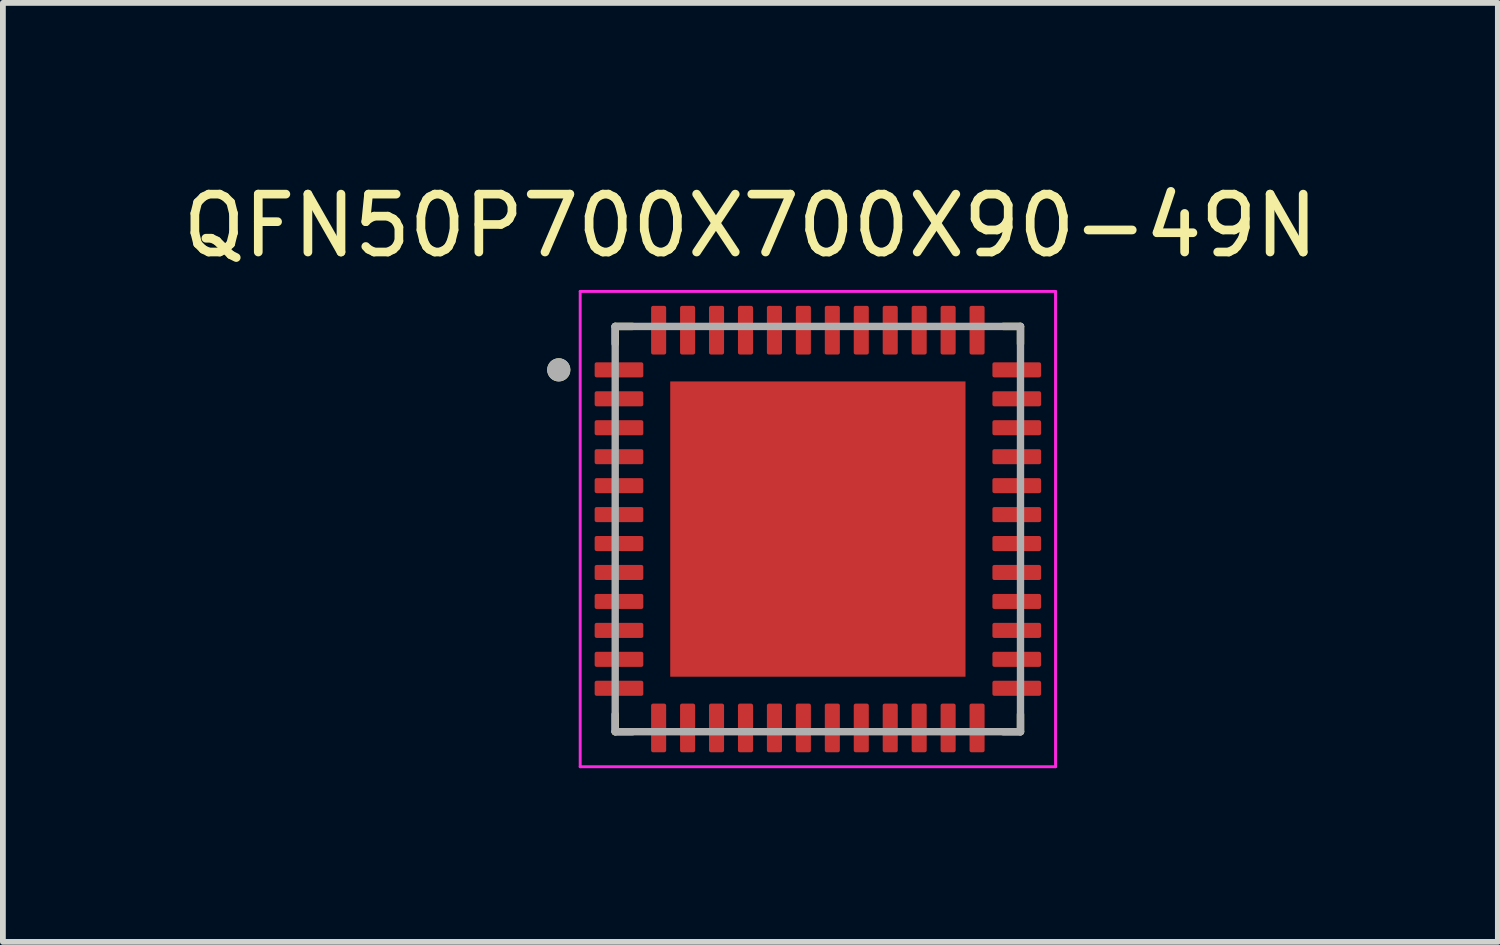
<source format=kicad_pcb>
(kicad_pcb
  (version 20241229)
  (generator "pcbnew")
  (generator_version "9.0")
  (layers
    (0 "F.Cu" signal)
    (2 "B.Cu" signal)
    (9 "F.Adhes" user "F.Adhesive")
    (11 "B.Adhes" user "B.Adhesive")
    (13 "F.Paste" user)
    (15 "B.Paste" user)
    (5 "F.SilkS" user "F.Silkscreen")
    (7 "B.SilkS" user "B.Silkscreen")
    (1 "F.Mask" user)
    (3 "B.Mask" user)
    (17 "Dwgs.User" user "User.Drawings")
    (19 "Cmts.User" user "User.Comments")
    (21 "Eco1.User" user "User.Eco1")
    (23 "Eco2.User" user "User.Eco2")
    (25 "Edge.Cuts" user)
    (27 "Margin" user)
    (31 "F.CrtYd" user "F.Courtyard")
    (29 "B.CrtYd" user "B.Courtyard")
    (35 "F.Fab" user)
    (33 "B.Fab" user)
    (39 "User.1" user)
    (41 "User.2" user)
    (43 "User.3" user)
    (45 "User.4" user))
  (footprint "QFN50P700X700X90-49N"
    (layer "F.Cu")
    (at 11.076 6.088)
    (property "Reference" "QFN50P700X700X90-49N" (at -1.165 -5.24 0) (layer "F.SilkS") (effects (font (size 1 1) (thickness 0.15))))
    (attr smd)
    (fp_line (start -3.5 -3.5) (end -3.5 -3.2) (stroke (width 0.127) (type solid)) (layer "F.SilkS"))
    (fp_line (start -3.5 -3.5) (end -3.2 -3.5) (stroke (width 0.127) (type solid)) (layer "F.SilkS"))
    (fp_line (start -3.5 3.5) (end -3.5 3.2) (stroke (width 0.127) (type solid)) (layer "F.SilkS"))
    (fp_line (start -3.5 3.5) (end -3.2 3.5) (stroke (width 0.127) (type solid)) (layer "F.SilkS"))
    (fp_line (start 3.5 -3.5) (end 3.2 -3.5) (stroke (width 0.127) (type solid)) (layer "F.SilkS"))
    (fp_line (start 3.5 -3.5) (end 3.5 -3.2) (stroke (width 0.127) (type solid)) (layer "F.SilkS"))
    (fp_line (start 3.5 3.5) (end 3.2 3.5) (stroke (width 0.127) (type solid)) (layer "F.SilkS"))
    (fp_line (start 3.5 3.5) (end 3.5 3.2) (stroke (width 0.127) (type solid)) (layer "F.SilkS"))
    (fp_circle (center -4.475 -2.75) (end -4.375 -2.75) (stroke (width 0.2) (type solid)) (fill no) (layer "F.SilkS"))
    (fp_poly (pts (xy -2.085 -2.085) (xy -0.465 -2.085) (xy -0.465 -0.465) (xy -2.085 -0.465)) (stroke (width 0.01) (type solid)) (fill yes) (layer "F.Paste"))
    (fp_poly (pts (xy -2.085 0.465) (xy -0.465 0.465) (xy -0.465 2.085) (xy -2.085 2.085)) (stroke (width 0.01) (type solid)) (fill yes) (layer "F.Paste"))
    (fp_poly (pts (xy 0.465 -2.085) (xy 2.085 -2.085) (xy 2.085 -0.465) (xy 0.465 -0.465)) (stroke (width 0.01) (type solid)) (fill yes) (layer "F.Paste"))
    (fp_poly (pts (xy 0.465 0.465) (xy 2.085 0.465) (xy 2.085 2.085) (xy 0.465 2.085)) (stroke (width 0.01) (type solid)) (fill yes) (layer "F.Paste"))
    (fp_line (start -4.105 -4.105) (end 4.105 -4.105) (stroke (width 0.05) (type solid)) (layer "F.CrtYd"))
    (fp_line (start -4.105 4.105) (end -4.105 -4.105) (stroke (width 0.05) (type solid)) (layer "F.CrtYd"))
    (fp_line (start -4.105 4.105) (end 4.105 4.105) (stroke (width 0.05) (type solid)) (layer "F.CrtYd"))
    (fp_line (start 4.105 4.105) (end 4.105 -4.105) (stroke (width 0.05) (type solid)) (layer "F.CrtYd"))
    (fp_line (start -3.5 3.5) (end -3.5 -3.5) (stroke (width 0.127) (type solid)) (layer "F.Fab"))
    (fp_line (start 3.5 -3.5) (end -3.5 -3.5) (stroke (width 0.127) (type solid)) (layer "F.Fab"))
    (fp_line (start 3.5 3.5) (end -3.5 3.5) (stroke (width 0.127) (type solid)) (layer "F.Fab"))
    (fp_line (start 3.5 3.5) (end 3.5 -3.5) (stroke (width 0.127) (type solid)) (layer "F.Fab"))
    (fp_circle (center -4.475 -2.75) (end -4.375 -2.75) (stroke (width 0.2) (type solid)) (fill no) (layer "F.Fab"))
    (pad "1" smd roundrect (at -3.435 -2.75) (size 0.84 0.26) (layers "F.Cu" "F.Mask" "F.Paste") (roundrect_rratio 0.125))
    (pad "2" smd roundrect (at -3.435 -2.25) (size 0.84 0.26) (layers "F.Cu" "F.Mask" "F.Paste") (roundrect_rratio 0.125))
    (pad "3" smd roundrect (at -3.435 -1.75) (size 0.84 0.26) (layers "F.Cu" "F.Mask" "F.Paste") (roundrect_rratio 0.125))
    (pad "4" smd roundrect (at -3.435 -1.25) (size 0.84 0.26) (layers "F.Cu" "F.Mask" "F.Paste") (roundrect_rratio 0.125))
    (pad "5" smd roundrect (at -3.435 -0.75) (size 0.84 0.26) (layers "F.Cu" "F.Mask" "F.Paste") (roundrect_rratio 0.125))
    (pad "6" smd roundrect (at -3.435 -0.25) (size 0.84 0.26) (layers "F.Cu" "F.Mask" "F.Paste") (roundrect_rratio 0.125))
    (pad "7" smd roundrect (at -3.435 0.25) (size 0.84 0.26) (layers "F.Cu" "F.Mask" "F.Paste") (roundrect_rratio 0.125))
    (pad "8" smd roundrect (at -3.435 0.75) (size 0.84 0.26) (layers "F.Cu" "F.Mask" "F.Paste") (roundrect_rratio 0.125))
    (pad "9" smd roundrect (at -3.435 1.25) (size 0.84 0.26) (layers "F.Cu" "F.Mask" "F.Paste") (roundrect_rratio 0.125))
    (pad "10" smd roundrect (at -3.435 1.75) (size 0.84 0.26) (layers "F.Cu" "F.Mask" "F.Paste") (roundrect_rratio 0.125))
    (pad "11" smd roundrect (at -3.435 2.25) (size 0.84 0.26) (layers "F.Cu" "F.Mask" "F.Paste") (roundrect_rratio 0.125))
    (pad "12" smd roundrect (at -3.435 2.75) (size 0.84 0.26) (layers "F.Cu" "F.Mask" "F.Paste") (roundrect_rratio 0.125))
    (pad "13" smd roundrect (at -2.75 3.435) (size 0.26 0.84) (layers "F.Cu" "F.Mask" "F.Paste") (roundrect_rratio 0.125))
    (pad "14" smd roundrect (at -2.25 3.435) (size 0.26 0.84) (layers "F.Cu" "F.Mask" "F.Paste") (roundrect_rratio 0.125))
    (pad "15" smd roundrect (at -1.75 3.435) (size 0.26 0.84) (layers "F.Cu" "F.Mask" "F.Paste") (roundrect_rratio 0.125))
    (pad "16" smd roundrect (at -1.25 3.435) (size 0.26 0.84) (layers "F.Cu" "F.Mask" "F.Paste") (roundrect_rratio 0.125))
    (pad "17" smd roundrect (at -0.75 3.435) (size 0.26 0.84) (layers "F.Cu" "F.Mask" "F.Paste") (roundrect_rratio 0.125))
    (pad "18" smd roundrect (at -0.25 3.435) (size 0.26 0.84) (layers "F.Cu" "F.Mask" "F.Paste") (roundrect_rratio 0.125))
    (pad "19" smd roundrect (at 0.25 3.435) (size 0.26 0.84) (layers "F.Cu" "F.Mask" "F.Paste") (roundrect_rratio 0.125))
    (pad "20" smd roundrect (at 0.75 3.435) (size 0.26 0.84) (layers "F.Cu" "F.Mask" "F.Paste") (roundrect_rratio 0.125))
    (pad "21" smd roundrect (at 1.25 3.435) (size 0.26 0.84) (layers "F.Cu" "F.Mask" "F.Paste") (roundrect_rratio 0.125))
    (pad "22" smd roundrect (at 1.75 3.435) (size 0.26 0.84) (layers "F.Cu" "F.Mask" "F.Paste") (roundrect_rratio 0.125))
    (pad "23" smd roundrect (at 2.25 3.435) (size 0.26 0.84) (layers "F.Cu" "F.Mask" "F.Paste") (roundrect_rratio 0.125))
    (pad "24" smd roundrect (at 2.75 3.435) (size 0.26 0.84) (layers "F.Cu" "F.Mask" "F.Paste") (roundrect_rratio 0.125))
    (pad "25" smd roundrect (at 3.435 2.75) (size 0.84 0.26) (layers "F.Cu" "F.Mask" "F.Paste") (roundrect_rratio 0.125))
    (pad "26" smd roundrect (at 3.435 2.25) (size 0.84 0.26) (layers "F.Cu" "F.Mask" "F.Paste") (roundrect_rratio 0.125))
    (pad "27" smd roundrect (at 3.435 1.75) (size 0.84 0.26) (layers "F.Cu" "F.Mask" "F.Paste") (roundrect_rratio 0.125))
    (pad "28" smd roundrect (at 3.435 1.25) (size 0.84 0.26) (layers "F.Cu" "F.Mask" "F.Paste") (roundrect_rratio 0.125))
    (pad "29" smd roundrect (at 3.435 0.75) (size 0.84 0.26) (layers "F.Cu" "F.Mask" "F.Paste") (roundrect_rratio 0.125))
    (pad "30" smd roundrect (at 3.435 0.25) (size 0.84 0.26) (layers "F.Cu" "F.Mask" "F.Paste") (roundrect_rratio 0.125))
    (pad "31" smd roundrect (at 3.435 -0.25) (size 0.84 0.26) (layers "F.Cu" "F.Mask" "F.Paste") (roundrect_rratio 0.125))
    (pad "32" smd roundrect (at 3.435 -0.75) (size 0.84 0.26) (layers "F.Cu" "F.Mask" "F.Paste") (roundrect_rratio 0.125))
    (pad "33" smd roundrect (at 3.435 -1.25) (size 0.84 0.26) (layers "F.Cu" "F.Mask" "F.Paste") (roundrect_rratio 0.125))
    (pad "34" smd roundrect (at 3.435 -1.75) (size 0.84 0.26) (layers "F.Cu" "F.Mask" "F.Paste") (roundrect_rratio 0.125))
    (pad "35" smd roundrect (at 3.435 -2.25) (size 0.84 0.26) (layers "F.Cu" "F.Mask" "F.Paste") (roundrect_rratio 0.125))
    (pad "36" smd roundrect (at 3.435 -2.75) (size 0.84 0.26) (layers "F.Cu" "F.Mask" "F.Paste") (roundrect_rratio 0.125))
    (pad "37" smd roundrect (at 2.75 -3.435) (size 0.26 0.84) (layers "F.Cu" "F.Mask" "F.Paste") (roundrect_rratio 0.125))
    (pad "38" smd roundrect (at 2.25 -3.435) (size 0.26 0.84) (layers "F.Cu" "F.Mask" "F.Paste") (roundrect_rratio 0.125))
    (pad "39" smd roundrect (at 1.75 -3.435) (size 0.26 0.84) (layers "F.Cu" "F.Mask" "F.Paste") (roundrect_rratio 0.125))
    (pad "40" smd roundrect (at 1.25 -3.435) (size 0.26 0.84) (layers "F.Cu" "F.Mask" "F.Paste") (roundrect_rratio 0.125))
    (pad "41" smd roundrect (at 0.75 -3.435) (size 0.26 0.84) (layers "F.Cu" "F.Mask" "F.Paste") (roundrect_rratio 0.125))
    (pad "42" smd roundrect (at 0.25 -3.435) (size 0.26 0.84) (layers "F.Cu" "F.Mask" "F.Paste") (roundrect_rratio 0.125))
    (pad "43" smd roundrect (at -0.25 -3.435) (size 0.26 0.84) (layers "F.Cu" "F.Mask" "F.Paste") (roundrect_rratio 0.125))
    (pad "44" smd roundrect (at -0.75 -3.435) (size 0.26 0.84) (layers "F.Cu" "F.Mask" "F.Paste") (roundrect_rratio 0.125))
    (pad "45" smd roundrect (at -1.25 -3.435) (size 0.26 0.84) (layers "F.Cu" "F.Mask" "F.Paste") (roundrect_rratio 0.125))
    (pad "46" smd roundrect (at -1.75 -3.435) (size 0.26 0.84) (layers "F.Cu" "F.Mask" "F.Paste") (roundrect_rratio 0.125))
    (pad "47" smd roundrect (at -2.25 -3.435) (size 0.26 0.84) (layers "F.Cu" "F.Mask" "F.Paste") (roundrect_rratio 0.125))
    (pad "48" smd roundrect (at -2.75 -3.435) (size 0.26 0.84) (layers "F.Cu" "F.Mask" "F.Paste") (roundrect_rratio 0.125))
    (pad "49" smd rect (at 0 0) (size 5.1 5.1) (layers "F.Cu" "F.Mask")))
  (gr_rect
    (start -3 -3)
    (end 22.821 13.218)
    (stroke (width 0.1) (type default))
    (fill no)
    (layer "Edge.Cuts")))
</source>
